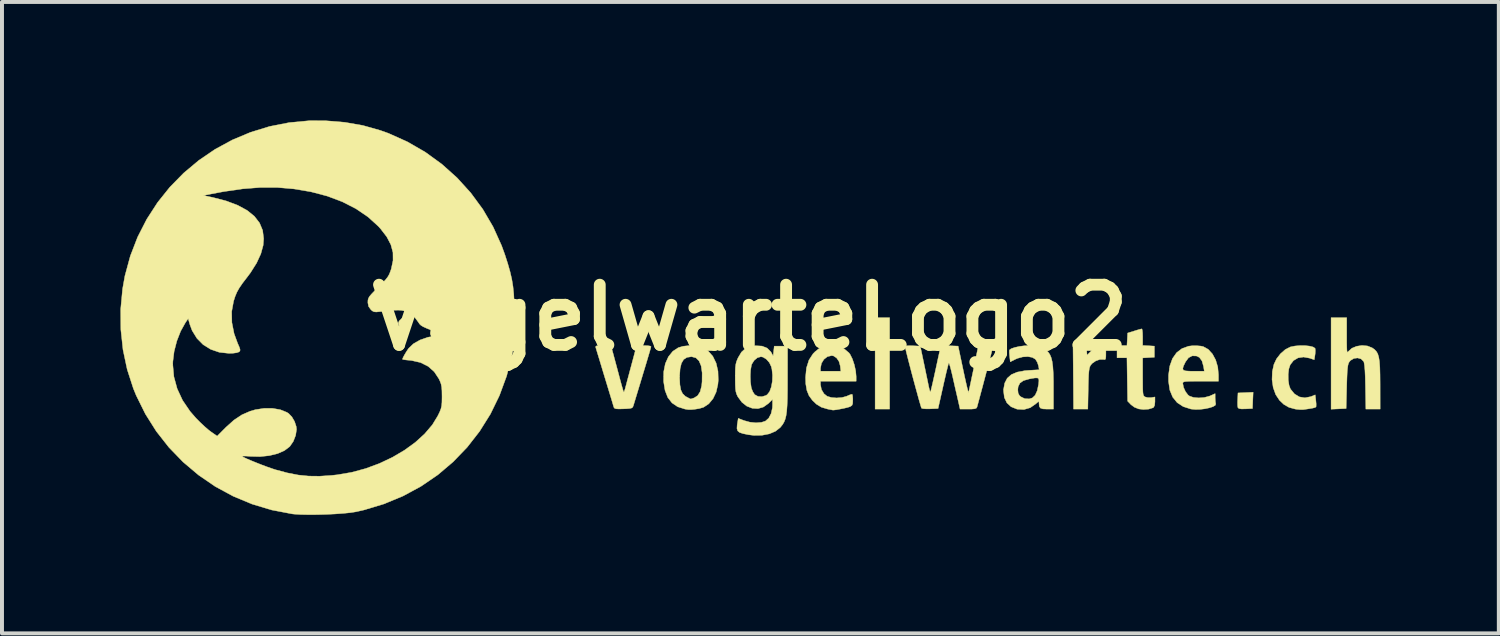
<source format=kicad_pcb>
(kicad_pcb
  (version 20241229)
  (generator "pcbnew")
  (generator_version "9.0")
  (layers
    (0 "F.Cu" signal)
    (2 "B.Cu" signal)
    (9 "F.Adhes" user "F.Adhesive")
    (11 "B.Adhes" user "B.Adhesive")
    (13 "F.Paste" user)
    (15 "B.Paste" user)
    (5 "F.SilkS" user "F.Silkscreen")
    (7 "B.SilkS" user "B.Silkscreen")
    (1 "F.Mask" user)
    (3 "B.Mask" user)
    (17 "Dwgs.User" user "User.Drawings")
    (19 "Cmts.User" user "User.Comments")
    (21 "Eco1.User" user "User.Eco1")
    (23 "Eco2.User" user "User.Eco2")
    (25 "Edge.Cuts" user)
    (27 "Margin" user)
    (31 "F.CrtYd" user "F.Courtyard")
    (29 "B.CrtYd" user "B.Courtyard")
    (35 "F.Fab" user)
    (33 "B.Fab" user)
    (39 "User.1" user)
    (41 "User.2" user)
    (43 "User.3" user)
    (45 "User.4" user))
  (footprint "VogelwarteLogo2"
    (layer "F.Cu")
    (at 15.943 4.992)
    (property "Reference" "VogelwarteLogo2" (at 0 0 0) (layer "F.SilkS") (effects (font (size 1.524 1.524) (thickness 0.3))))
    (attr through_hole)
    (fp_poly (pts (xy 3.528 2.314) (xy 3.161 2.314) (xy 3.161 0) (xy 3.528 0) (xy 3.528 2.314)) (stroke (width 0.01) (type solid)) (fill yes) (layer "F.SilkS"))
    (fp_poly (pts (xy 12.722 2.094) (xy 12.714 2.3) (xy 12.537 2.309) (xy 12.431 2.31) (xy 12.371 2.3) (xy 12.345 2.277) (xy 12.338 2.229) (xy 12.336 2.145) (xy 12.339 2.071) (xy 12.347 1.905) (xy 12.731 1.888) (xy 12.722 2.094)) (stroke (width 0.01) (type solid)) (fill yes) (layer "F.SilkS"))
    (fp_poly (pts (xy -8.673 0.025) (xy -8.622 0.075) (xy -8.608 0.131) (xy -8.63 0.215) (xy -8.686 0.268) (xy -8.759 0.284) (xy -8.833 0.259) (xy -8.878 0.212) (xy -8.908 0.156) (xy -8.904 0.113) (xy -8.878 0.071) (xy -8.819 0.019) (xy -8.744 0.005) (xy -8.673 0.025)) (stroke (width 0.01) (type solid)) (fill yes) (layer "F.SilkS"))
    (fp_poly (pts (xy 9.003 0.89) (xy 9.002 0.988) (xy 8.996 1.041) (xy 8.98 1.062) (xy 8.949 1.06) (xy 8.936 1.057) (xy 8.846 1.059) (xy 8.745 1.095) (xy 8.656 1.157) (xy 8.617 1.203) (xy 8.598 1.239) (xy 8.584 1.286) (xy 8.574 1.354) (xy 8.566 1.45) (xy 8.561 1.585) (xy 8.556 1.765) (xy 8.556 1.798) (xy 8.546 2.314) (xy 8.184 2.314) (xy 8.179 1.609) (xy 8.177 1.409) (xy 8.176 1.225) (xy 8.174 1.063) (xy 8.173 0.933) (xy 8.172 0.845) (xy 8.172 0.811) (xy 8.17 0.72) (xy 8.509 0.72) (xy 8.517 0.835) (xy 8.526 0.949) (xy 8.648 0.827) (xy 8.724 0.757) (xy 8.785 0.72) (xy 8.851 0.707) (xy 8.886 0.706) (xy 9.003 0.706) (xy 9.003 0.89)) (stroke (width 0.01) (type solid)) (fill yes) (layer "F.SilkS"))
    (fp_poly (pts (xy 9.923 0.308) (xy 9.931 0.377) (xy 9.934 0.474) (xy 9.934 0.492) (xy 9.934 0.703) (xy 10.082 0.711) (xy 10.231 0.72) (xy 10.231 1.002) (xy 10.082 1.01) (xy 9.934 1.019) (xy 9.934 1.496) (xy 9.935 1.671) (xy 9.936 1.798) (xy 9.94 1.885) (xy 9.947 1.941) (xy 9.959 1.975) (xy 9.976 1.994) (xy 9.995 2.006) (xy 10.065 2.024) (xy 10.149 2.023) (xy 10.15 2.023) (xy 10.245 2.007) (xy 10.245 2.132) (xy 10.236 2.223) (xy 10.208 2.273) (xy 10.195 2.281) (xy 10.087 2.315) (xy 9.953 2.324) (xy 9.833 2.31) (xy 9.722 2.265) (xy 9.635 2.199) (xy 9.553 2.113) (xy 9.544 1.565) (xy 9.536 1.016) (xy 9.285 1.016) (xy 9.285 0.706) (xy 9.536 0.706) (xy 9.545 0.547) (xy 9.553 0.389) (xy 9.723 0.336) (xy 9.814 0.308) (xy 9.884 0.289) (xy 9.913 0.283) (xy 9.923 0.308)) (stroke (width 0.01) (type solid)) (fill yes) (layer "F.SilkS"))
    (fp_poly (pts (xy 15.099 0.458) (xy 15.099 0.627) (xy 15.101 0.747) (xy 15.104 0.823) (xy 15.111 0.864) (xy 15.121 0.875) (xy 15.135 0.864) (xy 15.143 0.853) (xy 15.23 0.774) (xy 15.35 0.724) (xy 15.487 0.703) (xy 15.625 0.716) (xy 15.743 0.763) (xy 15.802 0.804) (xy 15.849 0.853) (xy 15.885 0.915) (xy 15.91 0.998) (xy 15.928 1.109) (xy 15.938 1.255) (xy 15.943 1.443) (xy 15.945 1.681) (xy 15.945 1.686) (xy 15.946 2.314) (xy 15.584 2.314) (xy 15.574 1.743) (xy 15.569 1.513) (xy 15.561 1.337) (xy 15.55 1.211) (xy 15.537 1.133) (xy 15.528 1.108) (xy 15.463 1.044) (xy 15.375 1.019) (xy 15.28 1.032) (xy 15.196 1.082) (xy 15.163 1.121) (xy 15.145 1.156) (xy 15.131 1.205) (xy 15.121 1.276) (xy 15.112 1.377) (xy 15.106 1.516) (xy 15.1 1.702) (xy 15.099 1.748) (xy 15.085 2.3) (xy 14.704 2.317) (xy 14.704 0) (xy 15.099 0) (xy 15.099 0.458)) (stroke (width 0.01) (type solid)) (fill yes) (layer "F.SilkS"))
    (fp_poly (pts (xy 14.045 0.707) (xy 14.16 0.72) (xy 14.248 0.742) (xy 14.297 0.774) (xy 14.3 0.78) (xy 14.305 0.831) (xy 14.301 0.911) (xy 14.297 0.942) (xy 14.278 1.065) (xy 14.159 1.024) (xy 14.007 0.996) (xy 13.868 1.017) (xy 13.752 1.086) (xy 13.669 1.193) (xy 13.634 1.298) (xy 13.618 1.434) (xy 13.62 1.579) (xy 13.64 1.712) (xy 13.675 1.806) (xy 13.776 1.929) (xy 13.9 2.005) (xy 14.041 2.029) (xy 14.19 1.999) (xy 14.207 1.993) (xy 14.302 1.953) (xy 14.318 2.095) (xy 14.326 2.181) (xy 14.325 2.243) (xy 14.322 2.259) (xy 14.298 2.274) (xy 14.242 2.289) (xy 14.143 2.306) (xy 13.998 2.327) (xy 13.927 2.328) (xy 13.832 2.319) (xy 13.798 2.314) (xy 13.639 2.271) (xy 13.509 2.197) (xy 13.398 2.092) (xy 13.302 1.947) (xy 13.238 1.768) (xy 13.209 1.568) (xy 13.217 1.362) (xy 13.257 1.182) (xy 13.323 1.042) (xy 13.424 0.912) (xy 13.544 0.807) (xy 13.669 0.742) (xy 13.677 0.74) (xy 13.79 0.717) (xy 13.917 0.706) (xy 14.045 0.707)) (stroke (width 0.01) (type solid)) (fill yes) (layer "F.SilkS"))
    (fp_poly (pts (xy -1.393 0.711) (xy -1.257 0.736) (xy -1.22 0.749) (xy -1.068 0.842) (xy -0.948 0.977) (xy -0.864 1.15) (xy -0.817 1.354) (xy -0.81 1.584) (xy -0.819 1.685) (xy -0.863 1.882) (xy -0.942 2.049) (xy -1.05 2.18) (xy -1.182 2.268) (xy -1.294 2.301) (xy -1.415 2.32) (xy -1.5 2.328) (xy -1.567 2.327) (xy -1.635 2.317) (xy -1.656 2.313) (xy -1.838 2.255) (xy -1.981 2.158) (xy -2.087 2.022) (xy -2.157 1.843) (xy -2.193 1.621) (xy -2.194 1.602) (xy -2.193 1.524) (xy -1.789 1.524) (xy -1.781 1.698) (xy -1.758 1.827) (xy -1.714 1.921) (xy -1.642 1.991) (xy -1.539 2.046) (xy -1.507 2.059) (xy -1.482 2.052) (xy -1.424 2.032) (xy -1.421 2.031) (xy -1.331 1.974) (xy -1.268 1.872) (xy -1.23 1.723) (xy -1.22 1.62) (xy -1.218 1.397) (xy -1.243 1.222) (xy -1.296 1.095) (xy -1.375 1.017) (xy -1.482 0.988) (xy -1.492 0.988) (xy -1.603 1.005) (xy -1.686 1.059) (xy -1.743 1.154) (xy -1.776 1.293) (xy -1.789 1.481) (xy -1.789 1.524) (xy -2.193 1.524) (xy -2.191 1.369) (xy -2.15 1.163) (xy -2.072 0.989) (xy -1.962 0.852) (xy -1.822 0.759) (xy -1.7 0.723) (xy -1.549 0.707) (xy -1.393 0.711)) (stroke (width 0.01) (type solid)) (fill yes) (layer "F.SilkS"))
    (fp_poly (pts (xy -3.487 0.854) (xy -3.465 0.933) (xy -3.433 1.054) (xy -3.393 1.202) (xy -3.35 1.363) (xy -3.33 1.438) (xy -3.291 1.586) (xy -3.256 1.715) (xy -3.227 1.813) (xy -3.209 1.872) (xy -3.204 1.885) (xy -3.191 1.868) (xy -3.171 1.811) (xy -3.161 1.774) (xy -3.141 1.699) (xy -3.111 1.584) (xy -3.074 1.447) (xy -3.035 1.301) (xy -3.034 1.298) (xy -2.995 1.152) (xy -2.958 1.015) (xy -2.928 0.901) (xy -2.908 0.826) (xy -2.908 0.826) (xy -2.876 0.706) (xy -2.694 0.706) (xy -2.601 0.709) (xy -2.535 0.718) (xy -2.512 0.731) (xy -2.519 0.763) (xy -2.542 0.845) (xy -2.581 0.976) (xy -2.635 1.158) (xy -2.706 1.392) (xy -2.792 1.677) (xy -2.895 2.016) (xy -2.96 2.23) (xy -2.975 2.265) (xy -3 2.286) (xy -3.048 2.298) (xy -3.132 2.305) (xy -3.21 2.308) (xy -3.325 2.311) (xy -3.396 2.307) (xy -3.434 2.295) (xy -3.451 2.273) (xy -3.454 2.266) (xy -3.466 2.226) (xy -3.491 2.141) (xy -3.528 2.019) (xy -3.573 1.871) (xy -3.624 1.703) (xy -3.678 1.526) (xy -3.732 1.348) (xy -3.783 1.178) (xy -3.829 1.026) (xy -3.868 0.899) (xy -3.896 0.806) (xy -3.911 0.757) (xy -3.912 0.755) (xy -3.913 0.729) (xy -3.892 0.714) (xy -3.837 0.707) (xy -3.736 0.706) (xy -3.728 0.706) (xy -3.529 0.706) (xy -3.487 0.854)) (stroke (width 0.01) (type solid)) (fill yes) (layer "F.SilkS"))
    (fp_poly (pts (xy 2.228 0.728) (xy 2.379 0.79) (xy 2.497 0.889) (xy 2.527 0.928) (xy 2.585 1.044) (xy 2.635 1.193) (xy 2.669 1.351) (xy 2.681 1.488) (xy 2.681 1.609) (xy 1.778 1.609) (xy 1.778 1.695) (xy 1.802 1.818) (xy 1.866 1.925) (xy 1.946 1.989) (xy 2.052 2.021) (xy 2.185 2.032) (xy 2.323 2.021) (xy 2.441 1.989) (xy 2.462 1.979) (xy 2.53 1.95) (xy 2.575 1.939) (xy 2.581 1.942) (xy 2.59 1.976) (xy 2.596 2.048) (xy 2.596 2.09) (xy 2.593 2.173) (xy 2.575 2.22) (xy 2.535 2.248) (xy 2.519 2.255) (xy 2.461 2.273) (xy 2.373 2.294) (xy 2.272 2.314) (xy 2.179 2.331) (xy 2.11 2.339) (xy 2.088 2.339) (xy 2.054 2.332) (xy 1.986 2.319) (xy 1.957 2.313) (xy 1.802 2.267) (xy 1.674 2.189) (xy 1.573 2.092) (xy 1.487 1.974) (xy 1.433 1.84) (xy 1.405 1.676) (xy 1.4 1.51) (xy 1.422 1.281) (xy 1.778 1.281) (xy 1.778 1.355) (xy 2.293 1.355) (xy 2.278 1.222) (xy 2.247 1.109) (xy 2.186 1.02) (xy 2.108 0.968) (xy 2.06 0.96) (xy 1.953 0.986) (xy 1.864 1.056) (xy 1.802 1.157) (xy 1.778 1.278) (xy 1.778 1.281) (xy 1.422 1.281) (xy 1.423 1.272) (xy 1.486 1.073) (xy 1.589 0.914) (xy 1.64 0.862) (xy 1.744 0.778) (xy 1.841 0.73) (xy 1.953 0.709) (xy 2.053 0.706) (xy 2.228 0.728)) (stroke (width 0.01) (type solid)) (fill yes) (layer "F.SilkS"))
    (fp_poly (pts (xy 11.408 0.719) (xy 11.468 0.732) (xy 11.594 0.802) (xy 11.7 0.918) (xy 11.782 1.07) (xy 11.835 1.249) (xy 11.853 1.444) (xy 11.853 1.609) (xy 11.402 1.609) (xy 11.233 1.609) (xy 11.112 1.611) (xy 11.032 1.615) (xy 10.984 1.622) (xy 10.959 1.634) (xy 10.951 1.651) (xy 10.95 1.665) (xy 10.969 1.765) (xy 11.017 1.87) (xy 11.081 1.955) (xy 11.118 1.984) (xy 11.219 2.019) (xy 11.351 2.031) (xy 11.492 2.021) (xy 11.622 1.987) (xy 11.649 1.976) (xy 11.769 1.922) (xy 11.769 2.031) (xy 11.773 2.113) (xy 11.782 2.175) (xy 11.785 2.182) (xy 11.772 2.218) (xy 11.715 2.252) (xy 11.624 2.282) (xy 11.512 2.306) (xy 11.39 2.321) (xy 11.27 2.324) (xy 11.163 2.314) (xy 11.155 2.313) (xy 10.961 2.251) (xy 10.807 2.15) (xy 10.694 2.011) (xy 10.621 1.833) (xy 10.589 1.615) (xy 10.589 1.45) (xy 10.612 1.289) (xy 10.949 1.289) (xy 10.964 1.328) (xy 11.02 1.347) (xy 11.122 1.354) (xy 11.222 1.355) (xy 11.494 1.355) (xy 11.475 1.235) (xy 11.436 1.096) (xy 11.371 1.007) (xy 11.299 0.97) (xy 11.188 0.966) (xy 11.095 1.015) (xy 11.019 1.118) (xy 11.014 1.128) (xy 10.967 1.225) (xy 10.949 1.289) (xy 10.612 1.289) (xy 10.621 1.223) (xy 10.689 1.034) (xy 10.793 0.886) (xy 10.929 0.782) (xy 11.096 0.722) (xy 11.188 0.711) (xy 11.302 0.71) (xy 11.408 0.719)) (stroke (width 0.01) (type solid)) (fill yes) (layer "F.SilkS"))
    (fp_poly (pts (xy 7.234 0.714) (xy 7.365 0.744) (xy 7.466 0.798) (xy 7.541 0.87) (xy 7.585 0.933) (xy 7.618 1.011) (xy 7.643 1.111) (xy 7.66 1.24) (xy 7.671 1.407) (xy 7.676 1.617) (xy 7.676 1.779) (xy 7.676 2.314) (xy 7.51 2.314) (xy 7.405 2.309) (xy 7.344 2.288) (xy 7.316 2.243) (xy 7.31 2.166) (xy 7.307 2.129) (xy 7.29 2.128) (xy 7.248 2.163) (xy 7.232 2.178) (xy 7.088 2.279) (xy 6.929 2.325) (xy 6.761 2.317) (xy 6.749 2.314) (xy 6.603 2.255) (xy 6.497 2.157) (xy 6.433 2.023) (xy 6.412 1.854) (xy 6.413 1.823) (xy 6.773 1.823) (xy 6.782 1.912) (xy 6.814 1.971) (xy 6.848 2.002) (xy 6.949 2.05) (xy 7.063 2.056) (xy 7.142 2.031) (xy 7.212 1.964) (xy 7.265 1.848) (xy 7.298 1.691) (xy 7.299 1.682) (xy 7.307 1.599) (xy 7.302 1.549) (xy 7.273 1.526) (xy 7.212 1.525) (xy 7.108 1.542) (xy 7.054 1.553) (xy 6.916 1.593) (xy 6.827 1.656) (xy 6.782 1.745) (xy 6.773 1.823) (xy 6.413 1.823) (xy 6.413 1.814) (xy 6.441 1.657) (xy 6.505 1.533) (xy 6.61 1.441) (xy 6.759 1.378) (xy 6.954 1.341) (xy 7.057 1.333) (xy 7.314 1.318) (xy 7.296 1.217) (xy 7.266 1.128) (xy 7.22 1.054) (xy 7.218 1.051) (xy 7.139 1.005) (xy 7.028 0.985) (xy 6.898 0.993) (xy 6.766 1.029) (xy 6.711 1.053) (xy 6.582 1.118) (xy 6.566 0.978) (xy 6.559 0.893) (xy 6.559 0.833) (xy 6.563 0.817) (xy 6.608 0.784) (xy 6.697 0.754) (xy 6.813 0.728) (xy 6.942 0.711) (xy 7.061 0.706) (xy 7.234 0.714)) (stroke (width 0.01) (type solid)) (fill yes) (layer "F.SilkS"))
    (fp_poly (pts (xy 0.298 0.719) (xy 0.428 0.771) (xy 0.521 0.864) (xy 0.538 0.893) (xy 0.579 0.969) (xy 0.593 0.845) (xy 0.607 0.72) (xy 0.945 0.72) (xy 0.944 1.552) (xy 0.943 1.824) (xy 0.94 2.046) (xy 0.933 2.224) (xy 0.923 2.367) (xy 0.907 2.479) (xy 0.885 2.568) (xy 0.856 2.641) (xy 0.819 2.704) (xy 0.772 2.764) (xy 0.759 2.78) (xy 0.64 2.874) (xy 0.483 2.941) (xy 0.296 2.977) (xy 0.092 2.98) (xy -0.045 2.963) (xy -0.182 2.935) (xy -0.27 2.906) (xy -0.319 2.865) (xy -0.337 2.804) (xy -0.331 2.712) (xy -0.321 2.65) (xy -0.304 2.548) (xy -0.159 2.604) (xy -0.01 2.645) (xy 0.144 2.661) (xy 0.285 2.65) (xy 0.385 2.617) (xy 0.468 2.543) (xy 0.529 2.426) (xy 0.561 2.28) (xy 0.564 2.204) (xy 0.564 2.067) (xy 0.459 2.172) (xy 0.333 2.262) (xy 0.195 2.302) (xy 0.052 2.294) (xy -0.087 2.24) (xy -0.211 2.142) (xy -0.314 2.002) (xy -0.319 1.993) (xy -0.345 1.937) (xy -0.363 1.878) (xy -0.374 1.803) (xy -0.379 1.7) (xy -0.381 1.556) (xy -0.381 1.524) (xy -0.381 1.473) (xy 0.001 1.473) (xy 0.006 1.624) (xy 0.023 1.755) (xy 0.03 1.787) (xy 0.064 1.873) (xy 0.108 1.942) (xy 0.115 1.949) (xy 0.195 1.993) (xy 0.296 2) (xy 0.395 1.97) (xy 0.43 1.948) (xy 0.49 1.871) (xy 0.533 1.753) (xy 0.559 1.609) (xy 0.564 1.455) (xy 0.548 1.304) (xy 0.531 1.236) (xy 0.483 1.136) (xy 0.409 1.052) (xy 0.324 0.999) (xy 0.27 0.988) (xy 0.181 1.013) (xy 0.099 1.081) (xy 0.04 1.175) (xy 0.029 1.208) (xy 0.009 1.325) (xy 0.001 1.473) (xy -0.381 1.473) (xy -0.38 1.372) (xy -0.376 1.262) (xy -0.366 1.181) (xy -0.349 1.113) (xy -0.322 1.046) (xy -0.307 1.013) (xy -0.224 0.873) (xy -0.124 0.78) (xy 0.003 0.728) (xy 0.131 0.71) (xy 0.298 0.719)) (stroke (width 0.01) (type solid)) (fill yes) (layer "F.SilkS"))
    (fp_poly (pts (xy 6.082 0.711) (xy 6.116 0.733) (xy 6.124 0.782) (xy 6.111 0.866) (xy 6.079 0.992) (xy 6.064 1.05) (xy 6.023 1.206) (xy 5.977 1.38) (xy 5.929 1.56) (xy 5.882 1.738) (xy 5.837 1.905) (xy 5.798 2.051) (xy 5.767 2.166) (xy 5.746 2.242) (xy 5.74 2.265) (xy 5.723 2.291) (xy 5.684 2.306) (xy 5.611 2.313) (xy 5.518 2.314) (xy 5.311 2.314) (xy 5.255 2.067) (xy 5.225 1.936) (xy 5.187 1.772) (xy 5.148 1.6) (xy 5.12 1.475) (xy 5.089 1.346) (xy 5.062 1.242) (xy 5.04 1.171) (xy 5.027 1.145) (xy 5.026 1.145) (xy 5.015 1.176) (xy 4.995 1.254) (xy 4.966 1.37) (xy 4.932 1.516) (xy 4.893 1.684) (xy 4.883 1.731) (xy 4.755 2.3) (xy 4.553 2.308) (xy 4.452 2.309) (xy 4.374 2.303) (xy 4.336 2.292) (xy 4.335 2.291) (xy 4.323 2.256) (xy 4.299 2.175) (xy 4.265 2.057) (xy 4.225 1.91) (xy 4.179 1.743) (xy 4.131 1.566) (xy 4.083 1.386) (xy 4.038 1.213) (xy 3.997 1.055) (xy 3.963 0.92) (xy 3.938 0.819) (xy 3.924 0.759) (xy 3.923 0.748) (xy 3.932 0.724) (xy 3.967 0.712) (xy 4.039 0.709) (xy 4.113 0.711) (xy 4.304 0.72) (xy 4.393 1.143) (xy 4.427 1.306) (xy 4.46 1.464) (xy 4.489 1.603) (xy 4.51 1.706) (xy 4.515 1.731) (xy 4.535 1.816) (xy 4.552 1.871) (xy 4.561 1.883) (xy 4.57 1.853) (xy 4.589 1.777) (xy 4.616 1.662) (xy 4.648 1.519) (xy 4.684 1.356) (xy 4.685 1.352) (xy 4.721 1.184) (xy 4.754 1.031) (xy 4.782 0.905) (xy 4.802 0.813) (xy 4.812 0.768) (xy 4.824 0.735) (xy 4.847 0.717) (xy 4.894 0.709) (xy 4.978 0.709) (xy 5.046 0.711) (xy 5.263 0.72) (xy 5.39 1.321) (xy 5.427 1.494) (xy 5.461 1.646) (xy 5.489 1.767) (xy 5.511 1.852) (xy 5.524 1.892) (xy 5.526 1.893) (xy 5.534 1.858) (xy 5.552 1.777) (xy 5.578 1.657) (xy 5.609 1.508) (xy 5.645 1.339) (xy 5.654 1.292) (xy 5.773 0.72) (xy 5.924 0.711) (xy 6.019 0.706) (xy 6.082 0.711)) (stroke (width 0.01) (type solid)) (fill yes) (layer "F.SilkS"))
    (fp_poly (pts (xy -10.753 -4.986) (xy -10.265 -4.946) (xy -9.807 -4.866) (xy -9.368 -4.742) (xy -9.16 -4.668) (xy -8.679 -4.452) (xy -8.227 -4.191) (xy -7.807 -3.886) (xy -7.422 -3.541) (xy -7.076 -3.16) (xy -6.77 -2.744) (xy -6.509 -2.298) (xy -6.295 -1.824) (xy -6.211 -1.593) (xy -6.137 -1.362) (xy -6.08 -1.161) (xy -6.037 -0.975) (xy -6.007 -0.792) (xy -5.987 -0.597) (xy -5.976 -0.379) (xy -5.971 -0.122) (xy -5.97 -0.014) (xy -5.971 0.206) (xy -5.973 0.382) (xy -5.977 0.523) (xy -5.985 0.64) (xy -5.997 0.746) (xy -6.014 0.851) (xy -6.034 0.955) (xy -6.167 1.476) (xy -6.35 1.972) (xy -6.578 2.44) (xy -6.851 2.876) (xy -7.166 3.28) (xy -7.52 3.648) (xy -7.91 3.979) (xy -8.335 4.269) (xy -8.792 4.516) (xy -9.278 4.717) (xy -9.791 4.871) (xy -9.982 4.914) (xy -10.12 4.936) (xy -10.301 4.954) (xy -10.511 4.969) (xy -10.739 4.98) (xy -10.969 4.986) (xy -11.189 4.987) (xy -11.386 4.983) (xy -11.547 4.973) (xy -11.599 4.967) (xy -12.116 4.868) (xy -12.615 4.718) (xy -13.092 4.519) (xy -13.544 4.274) (xy -13.967 3.984) (xy -14.359 3.653) (xy -14.716 3.284) (xy -15.035 2.878) (xy -15.312 2.439) (xy -15.545 1.969) (xy -15.618 1.79) (xy -15.773 1.311) (xy -15.8 1.185) (xy -14.619 1.185) (xy -14.591 1.495) (xy -14.508 1.798) (xy -14.372 2.091) (xy -14.182 2.37) (xy -14.034 2.541) (xy -13.925 2.651) (xy -13.812 2.757) (xy -13.71 2.845) (xy -13.648 2.892) (xy -13.495 2.998) (xy -13.274 2.775) (xy -13.071 2.593) (xy -12.87 2.459) (xy -12.659 2.367) (xy -12.528 2.329) (xy -12.306 2.295) (xy -12.091 2.296) (xy -11.896 2.33) (xy -11.732 2.396) (xy -11.688 2.424) (xy -11.605 2.51) (xy -11.536 2.628) (xy -11.494 2.756) (xy -11.486 2.828) (xy -11.509 2.98) (xy -11.568 3.132) (xy -11.655 3.258) (xy -11.661 3.265) (xy -11.792 3.364) (xy -11.966 3.441) (xy -12.175 3.492) (xy -12.408 3.517) (xy -12.656 3.511) (xy -12.658 3.511) (xy -12.76 3.504) (xy -12.834 3.503) (xy -12.868 3.506) (xy -12.868 3.509) (xy -12.831 3.531) (xy -12.751 3.569) (xy -12.641 3.616) (xy -12.511 3.669) (xy -12.372 3.724) (xy -12.236 3.775) (xy -12.113 3.818) (xy -12.023 3.848) (xy -11.72 3.929) (xy -11.444 3.983) (xy -11.177 4.01) (xy -10.902 4.013) (xy -10.6 3.993) (xy -10.452 3.977) (xy -10.09 3.915) (xy -9.732 3.818) (xy -9.386 3.69) (xy -9.057 3.534) (xy -8.753 3.355) (xy -8.479 3.156) (xy -8.242 2.94) (xy -8.049 2.713) (xy -7.913 2.491) (xy -7.862 2.387) (xy -7.831 2.307) (xy -7.813 2.231) (xy -7.805 2.141) (xy -7.803 2.016) (xy -7.803 1.99) (xy -7.805 1.853) (xy -7.812 1.755) (xy -7.828 1.677) (xy -7.856 1.603) (xy -7.883 1.546) (xy -8 1.369) (xy -8.155 1.232) (xy -8.346 1.136) (xy -8.569 1.085) (xy -8.612 1.08) (xy -8.708 1.071) (xy -8.777 1.061) (xy -8.805 1.053) (xy -8.805 1.053) (xy -8.791 1.014) (xy -8.756 0.946) (xy -8.709 0.867) (xy -8.662 0.795) (xy -8.648 0.776) (xy -8.528 0.661) (xy -8.362 0.566) (xy -8.159 0.495) (xy -7.928 0.452) (xy -7.846 0.445) (xy -7.809 0.439) (xy -7.803 0.429) (xy -7.832 0.411) (xy -7.903 0.38) (xy -8.02 0.335) (xy -8.048 0.325) (xy -8.182 0.273) (xy -8.274 0.232) (xy -8.334 0.196) (xy -8.373 0.159) (xy -8.399 0.119) (xy -8.495 -0.011) (xy -8.625 -0.114) (xy -8.756 -0.171) (xy -8.823 -0.185) (xy -8.902 -0.191) (xy -9.004 -0.189) (xy -9.138 -0.179) (xy -9.315 -0.16) (xy -9.374 -0.153) (xy -9.469 -0.144) (xy -9.528 -0.15) (xy -9.572 -0.174) (xy -9.607 -0.207) (xy -9.661 -0.282) (xy -9.68 -0.375) (xy -9.68 -0.396) (xy -9.678 -0.446) (xy -9.666 -0.49) (xy -9.639 -0.538) (xy -9.589 -0.597) (xy -9.511 -0.679) (xy -9.417 -0.771) (xy -9.307 -0.881) (xy -9.23 -0.963) (xy -9.177 -1.031) (xy -9.14 -1.096) (xy -9.11 -1.17) (xy -9.088 -1.236) (xy -9.043 -1.448) (xy -9.045 -1.65) (xy -9.098 -1.848) (xy -9.202 -2.047) (xy -9.359 -2.251) (xy -9.417 -2.315) (xy -9.676 -2.55) (xy -9.98 -2.757) (xy -10.326 -2.934) (xy -10.708 -3.078) (xy -11.122 -3.187) (xy -11.134 -3.189) (xy -11.553 -3.26) (xy -11.97 -3.296) (xy -12.398 -3.297) (xy -12.845 -3.262) (xy -13.323 -3.193) (xy -13.448 -3.17) (xy -13.843 -3.095) (xy -13.603 -3.043) (xy -13.262 -2.954) (xy -12.974 -2.845) (xy -12.738 -2.717) (xy -12.554 -2.568) (xy -12.423 -2.399) (xy -12.344 -2.21) (xy -12.318 -2) (xy -12.331 -1.831) (xy -12.39 -1.616) (xy -12.497 -1.384) (xy -12.651 -1.14) (xy -12.742 -1.018) (xy -12.855 -0.871) (xy -12.937 -0.751) (xy -12.997 -0.643) (xy -13.043 -0.532) (xy -13.08 -0.416) (xy -13.128 -0.154) (xy -13.123 0.122) (xy -13.067 0.403) (xy -12.977 0.649) (xy -12.935 0.745) (xy -12.916 0.803) (xy -12.917 0.837) (xy -12.935 0.861) (xy -12.944 0.867) (xy -13 0.887) (xy -13.097 0.9) (xy -13.198 0.903) (xy -13.439 0.877) (xy -13.658 0.802) (xy -13.85 0.683) (xy -14.008 0.523) (xy -14.129 0.327) (xy -14.185 0.177) (xy -14.229 0.023) (xy -14.3 0.127) (xy -14.42 0.342) (xy -14.517 0.591) (xy -14.585 0.854) (xy -14.617 1.112) (xy -14.619 1.185) (xy -15.8 1.185) (xy -15.879 0.812) (xy -15.934 0.301) (xy -15.938 -0.215) (xy -15.89 -0.728) (xy -15.831 -1.058) (xy -15.694 -1.562) (xy -15.509 -2.041) (xy -15.278 -2.493) (xy -15.005 -2.915) (xy -14.693 -3.305) (xy -14.344 -3.661) (xy -13.962 -3.981) (xy -13.551 -4.261) (xy -13.113 -4.499) (xy -12.651 -4.693) (xy -12.169 -4.841) (xy -11.67 -4.939) (xy -11.157 -4.987) (xy -10.753 -4.986)) (stroke (width 0.01) (type solid)) (fill yes) (layer "F.SilkS")))
  (gr_rect
    (start -3 -3)
    (end 34.893 12.984)
    (stroke (width 0.1) (type default))
    (fill no)
    (layer "Edge.Cuts")))
</source>
